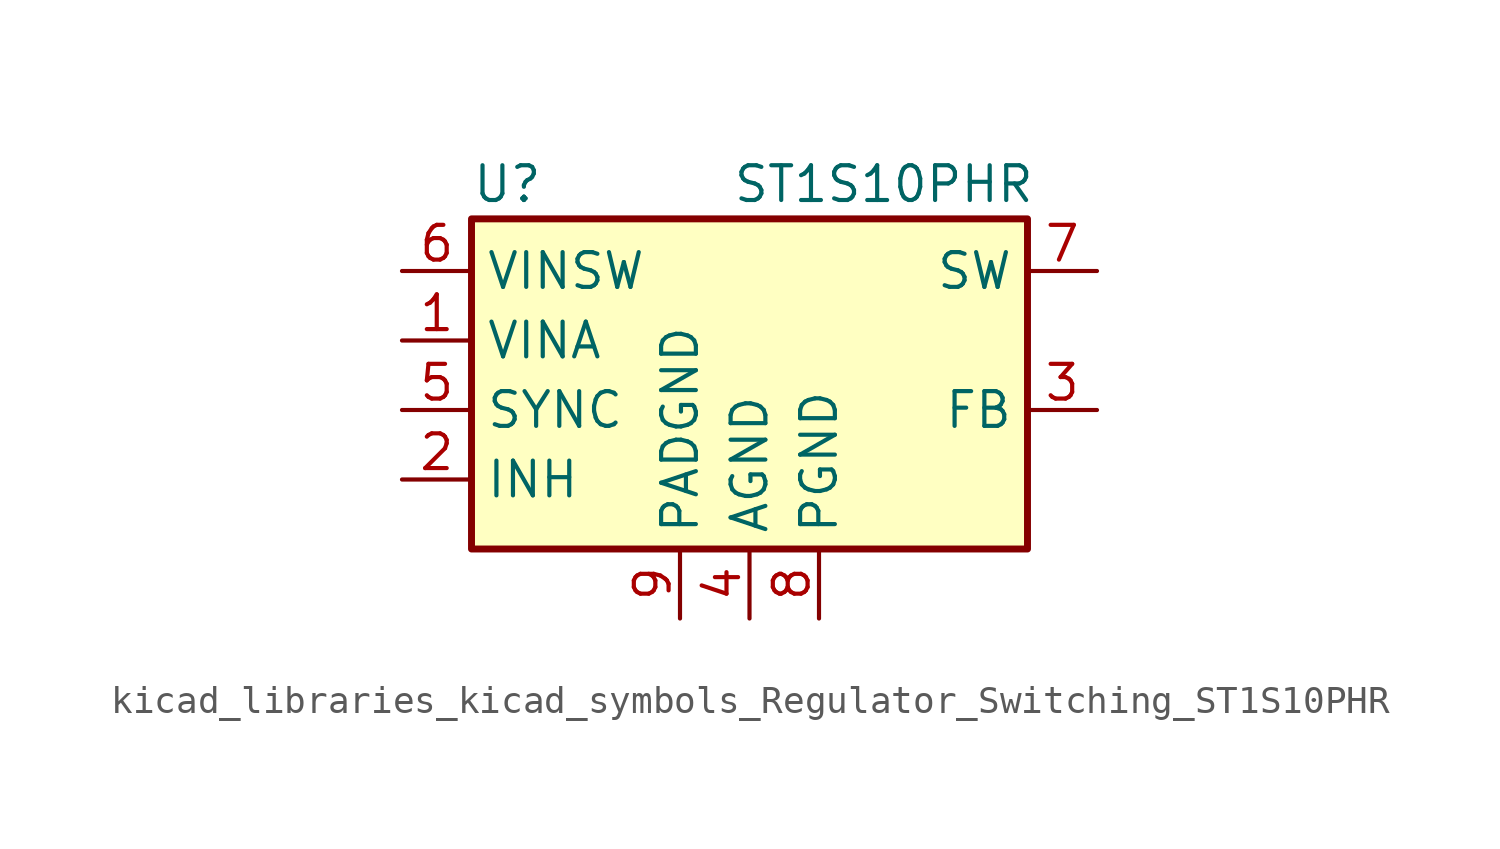
<source format=kicad_sym>
(kicad_symbol_lib
  (version 20220914)
  (generator kicad_symbol_editor)
  (symbol "kicad_libraries_kicad_symbols_Regulator_Switching_ST1S10PHR"
    (property "Reference" "U"
      (at -10.16 5.715 0)
      (effects (font (size 1.27 1.27)) (justify left)))
    (property "Value" "ST1S10PHR"
      (at -0.635 5.715 0)
      (effects (font (size 1.27 1.27)) (justify left)))
    (symbol "kicad_libraries_kicad_symbols_Regulator_Switching_ST1S10PHR_0_1"
      (rectangle (start 10.16 4.445) (end -10.16 -7.62) (stroke (width 0.254) (type default)) (fill (type background))))
    (symbol "kicad_libraries_kicad_symbols_Regulator_Switching_ST1S10PHR_1_1"
      (pin power_in line (at -12.7 0 0) (length 2.54) (name "VINA" (effects (font (size 1.27 1.27)))) (number "1" (effects (font (size 1.27 1.27)))))
      (pin input line (at -12.7 -5.08 0) (length 2.54) (name "INH" (effects (font (size 1.27 1.27)))) (number "2" (effects (font (size 1.27 1.27)))))
      (pin input line (at 12.7 -2.54 180) (length 2.54) (name "FB" (effects (font (size 1.27 1.27)))) (number "3" (effects (font (size 1.27 1.27)))))
      (pin power_in line (at 0 -10.16 90) (length 2.54) (name "AGND" (effects (font (size 1.27 1.27)))) (number "4" (effects (font (size 1.27 1.27)))))
      (pin input line (at -12.7 -2.54 0) (length 2.54) (name "SYNC" (effects (font (size 1.27 1.27)))) (number "5" (effects (font (size 1.27 1.27)))))
      (pin input line (at -12.7 2.54 0) (length 2.54) (name "VINSW" (effects (font (size 1.27 1.27)))) (number "6" (effects (font (size 1.27 1.27)))))
      (pin output line (at 12.7 2.54 180) (length 2.54) (name "SW" (effects (font (size 1.27 1.27)))) (number "7" (effects (font (size 1.27 1.27)))))
      (pin power_in line (at 2.54 -10.16 90) (length 2.54) (name "PGND" (effects (font (size 1.27 1.27)))) (number "8" (effects (font (size 1.27 1.27)))))
      (pin power_in line (at -2.54 -10.16 90) (length 2.54) (name "PADGND" (effects (font (size 1.27 1.27)))) (number "9" (effects (font (size 1.27 1.27))))))))
</source>
